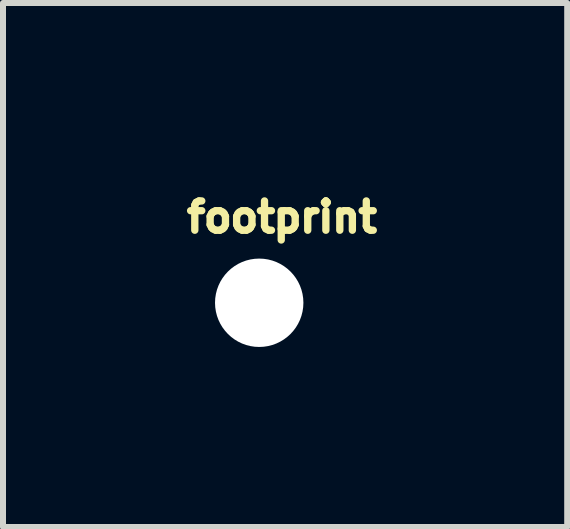
<source format=kicad_pcb>
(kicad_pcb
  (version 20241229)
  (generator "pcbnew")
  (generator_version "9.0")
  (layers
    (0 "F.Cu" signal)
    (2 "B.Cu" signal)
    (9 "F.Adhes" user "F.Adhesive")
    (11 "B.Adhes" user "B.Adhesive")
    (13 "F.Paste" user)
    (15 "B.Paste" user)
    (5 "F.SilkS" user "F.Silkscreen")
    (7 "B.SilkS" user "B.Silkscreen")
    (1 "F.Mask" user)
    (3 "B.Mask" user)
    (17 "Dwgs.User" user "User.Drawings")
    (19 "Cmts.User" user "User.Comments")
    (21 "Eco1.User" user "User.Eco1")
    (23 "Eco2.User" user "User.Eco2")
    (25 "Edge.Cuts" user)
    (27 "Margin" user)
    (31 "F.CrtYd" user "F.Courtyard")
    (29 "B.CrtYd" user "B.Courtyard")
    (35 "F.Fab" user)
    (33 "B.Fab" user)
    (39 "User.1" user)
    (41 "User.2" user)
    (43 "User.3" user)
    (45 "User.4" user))
  (footprint "footprint"
    (layer "F.Cu")
    (at 1.27 1.996)
    (property "Reference" "footprint" (at -1.27 -1.143 0) (layer "F.SilkS") (effects (font (size 0.488 0.488) (thickness 0.122)) (justify left bottom)))
    (fp_circle (center 0 0) (end 0.635 0) (stroke (width 0.127) (type solid)) (fill no) (layer "F.Fab"))
    (pad "" np_thru_hole circle (at 0 0) (size 1.473 1.473) (drill 1.473) (layers "*.Cu" "*.Mask"))
    (pad "1" thru_hole circle (at 0 0 90) (size 0.813 0.813) (drill 0.9) (layers "*.Cu" "*.Mask")))
  (gr_rect
    (start -3 -3)
    (end 6.403 5.733)
    (stroke (width 0.1) (type default))
    (fill no)
    (layer "Edge.Cuts")))
</source>
